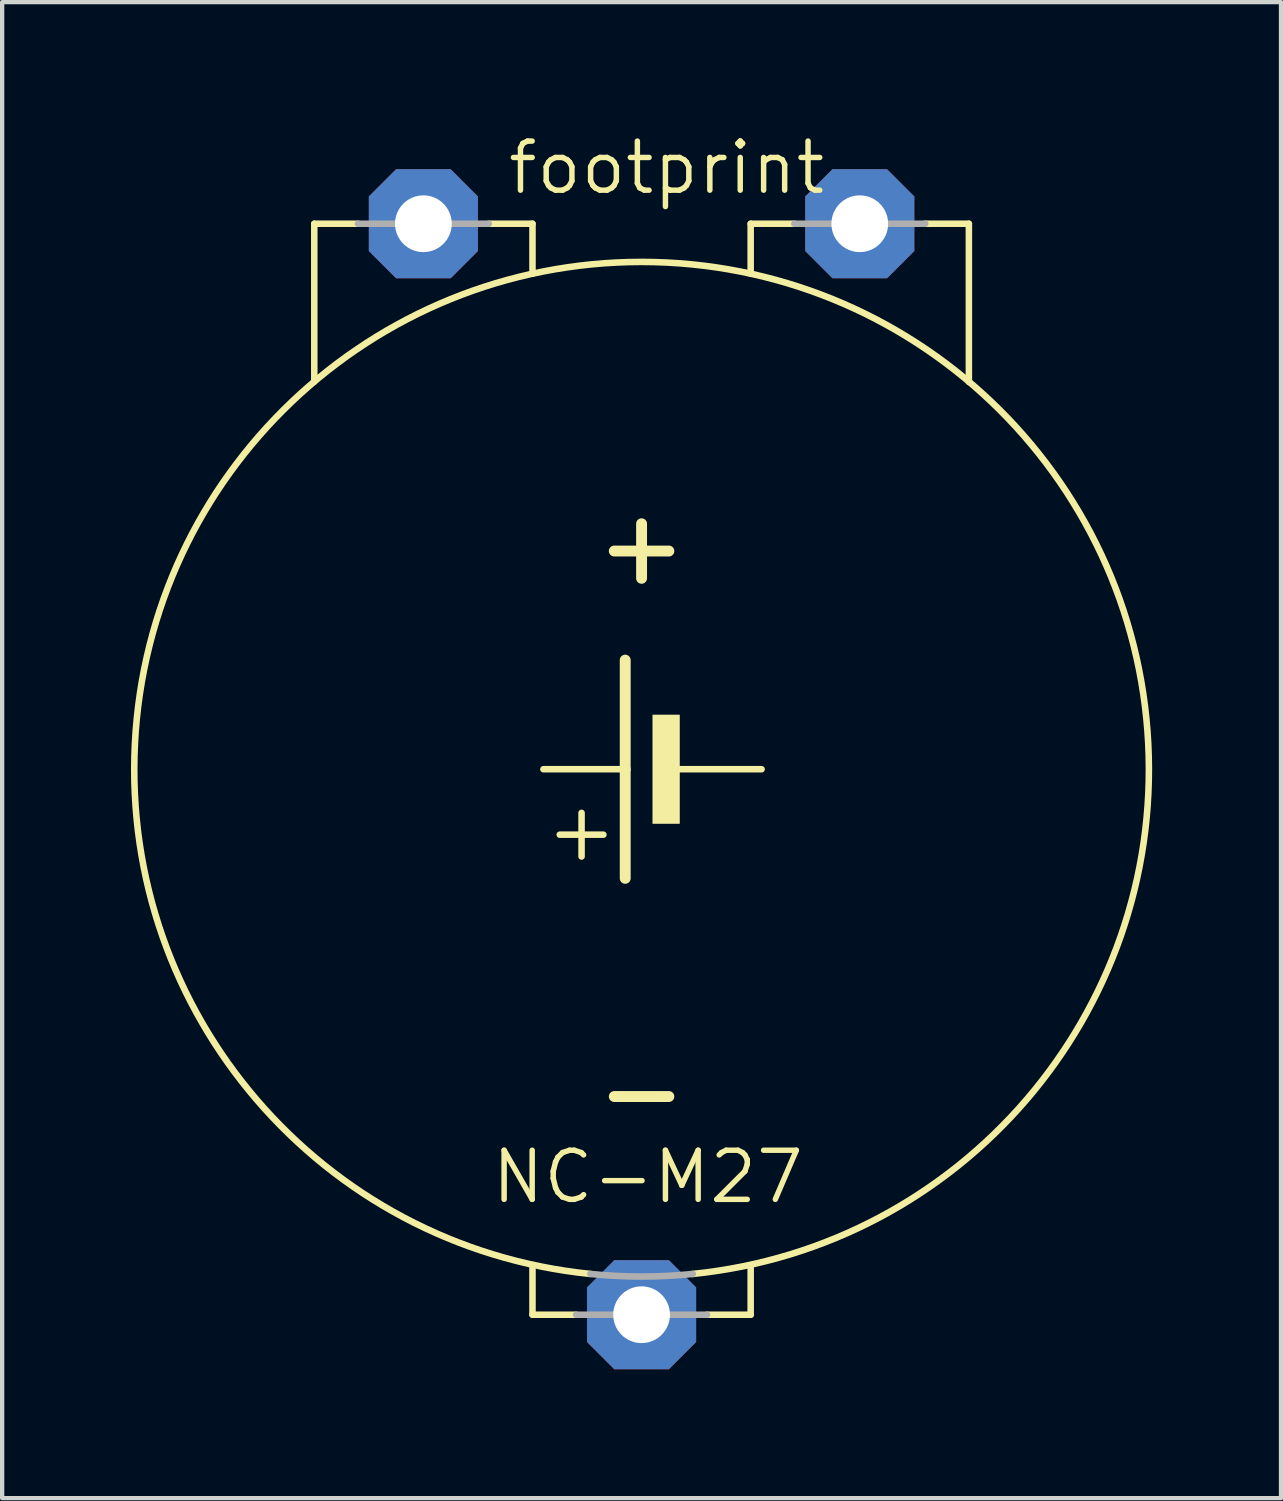
<source format=kicad_pcb>
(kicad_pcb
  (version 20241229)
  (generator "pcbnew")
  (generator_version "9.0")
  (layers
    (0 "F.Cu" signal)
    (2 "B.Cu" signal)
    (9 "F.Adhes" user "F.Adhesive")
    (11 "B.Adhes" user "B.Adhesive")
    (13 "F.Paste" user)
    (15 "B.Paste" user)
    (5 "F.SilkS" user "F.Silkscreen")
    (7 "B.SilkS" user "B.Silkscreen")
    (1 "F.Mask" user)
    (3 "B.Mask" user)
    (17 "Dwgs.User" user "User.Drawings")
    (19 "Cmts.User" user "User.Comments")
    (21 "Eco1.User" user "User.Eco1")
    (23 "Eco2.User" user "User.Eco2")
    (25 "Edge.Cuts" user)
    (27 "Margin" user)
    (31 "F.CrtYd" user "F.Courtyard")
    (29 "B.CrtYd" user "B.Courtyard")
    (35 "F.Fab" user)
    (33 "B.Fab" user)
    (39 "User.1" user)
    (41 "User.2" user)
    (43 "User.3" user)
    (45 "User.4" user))
  (footprint "footprint"
    (layer "F.Cu")
    (at 11.887 14.859)
    (property "Reference" "footprint" (at -3.175 -13.335 0) (layer "F.SilkS") (effects (font (size 1.143 1.143) (thickness 0.127)) (justify left bottom)))
    (fp_line (start -7.62 -12.7) (end -6.604 -12.7) (stroke (width 0.152) (type solid)) (layer "F.SilkS"))
    (fp_line (start -7.62 -9.024) (end -7.62 -12.7) (stroke (width 0.152) (type solid)) (layer "F.SilkS"))
    (fp_line (start -3.556 -12.7) (end -2.54 -12.7) (stroke (width 0.152) (type solid)) (layer "F.SilkS"))
    (fp_line (start -2.54 -11.535) (end -2.54 -12.7) (stroke (width 0.152) (type solid)) (layer "F.SilkS"))
    (fp_line (start -2.54 12.7) (end -2.54 11.557) (stroke (width 0.152) (type solid)) (layer "F.SilkS"))
    (fp_line (start -2.54 12.7) (end -1.524 12.7) (stroke (width 0.152) (type solid)) (layer "F.SilkS"))
    (fp_line (start -1.397 2.032) (end -1.397 1.016) (stroke (width 0.152) (type solid)) (layer "F.SilkS"))
    (fp_line (start -0.889 1.524) (end -1.905 1.524) (stroke (width 0.152) (type solid)) (layer "F.SilkS"))
    (fp_line (start -0.635 -5.08) (end 0.635 -5.08) (stroke (width 0.254) (type solid)) (layer "F.SilkS"))
    (fp_line (start -0.635 7.62) (end 0.635 7.62) (stroke (width 0.254) (type solid)) (layer "F.SilkS"))
    (fp_line (start -0.381 0) (end -2.286 0) (stroke (width 0.152) (type solid)) (layer "F.SilkS"))
    (fp_line (start -0.381 0) (end -0.381 -2.54) (stroke (width 0.254) (type solid)) (layer "F.SilkS"))
    (fp_line (start -0.381 2.54) (end -0.381 0) (stroke (width 0.254) (type solid)) (layer "F.SilkS"))
    (fp_line (start 0 -5.715) (end 0 -4.445) (stroke (width 0.254) (type solid)) (layer "F.SilkS"))
    (fp_line (start 1.524 12.7) (end 2.54 12.7) (stroke (width 0.152) (type solid)) (layer "F.SilkS"))
    (fp_line (start 2.54 -12.7) (end 3.556 -12.7) (stroke (width 0.152) (type solid)) (layer "F.SilkS"))
    (fp_line (start 2.54 -11.535) (end 2.54 -12.7) (stroke (width 0.152) (type solid)) (layer "F.SilkS"))
    (fp_line (start 2.54 12.7) (end 2.54 11.557) (stroke (width 0.152) (type solid)) (layer "F.SilkS"))
    (fp_line (start 2.794 0) (end 0.889 0) (stroke (width 0.152) (type solid)) (layer "F.SilkS"))
    (fp_line (start 6.604 -12.7) (end 7.62 -12.7) (stroke (width 0.152) (type solid)) (layer "F.SilkS"))
    (fp_line (start 7.62 -12.7) (end 7.62 -9.017) (stroke (width 0.152) (type solid)) (layer "F.SilkS"))
    (fp_arc (start -1.1922 11.7507) (mid 0 -11.811024) (end 1.1922 11.7507) (stroke (width 0.1524) (type solid)) (layer "F.SilkS"))
    (fp_poly (pts (xy 0.254 1.27) (xy 0.889 1.27) (xy 0.889 -1.27) (xy 0.254 -1.27)) (stroke (width 0) (type solid)) (fill yes) (layer "F.SilkS"))
    (fp_line (start -6.604 -12.7) (end -3.556 -12.7) (stroke (width 0.152) (type solid)) (layer "F.Fab"))
    (fp_line (start -1.524 12.7) (end 1.524 12.7) (stroke (width 0.152) (type solid)) (layer "F.Fab"))
    (fp_line (start 3.556 -12.7) (end 6.604 -12.7) (stroke (width 0.152) (type solid)) (layer "F.Fab"))
    (fp_arc (start 1.1922 11.7507) (mid 0 11.811024) (end -1.1922 11.7507) (stroke (width 0.1524) (type solid)) (layer "F.Fab"))
    (fp_text user "NC-M27" (at -3.556 10.16 0) (layer "F.SilkS") (effects (font (size 1.143 1.143) (thickness 0.127)) (justify left bottom)))
    (pad "+" thru_hole roundrect (at 5.08 -12.7) (size 2.54 2.54) (drill 1.321) (layers "*.Cu" "*.Mask") (roundrect_rratio 0.25) (chamfer_ratio 0.25) (chamfer top_left top_right bottom_left bottom_right))
    (pad "+@1" thru_hole roundrect (at -5.08 -12.7) (size 2.54 2.54) (drill 1.321) (layers "*.Cu" "*.Mask") (roundrect_rratio 0.25) (chamfer_ratio 0.25) (chamfer top_left top_right bottom_left bottom_right))
    (pad "-" thru_hole roundrect (at 0 12.7) (size 2.54 2.54) (drill 1.321) (layers "*.Cu" "*.Mask") (roundrect_rratio 0.25) (chamfer_ratio 0.25) (chamfer top_left top_right bottom_left bottom_right)))
  (gr_rect
    (start -3 -3)
    (end 26.774 31.829)
    (stroke (width 0.1) (type default))
    (fill no)
    (layer "Edge.Cuts")))
</source>
